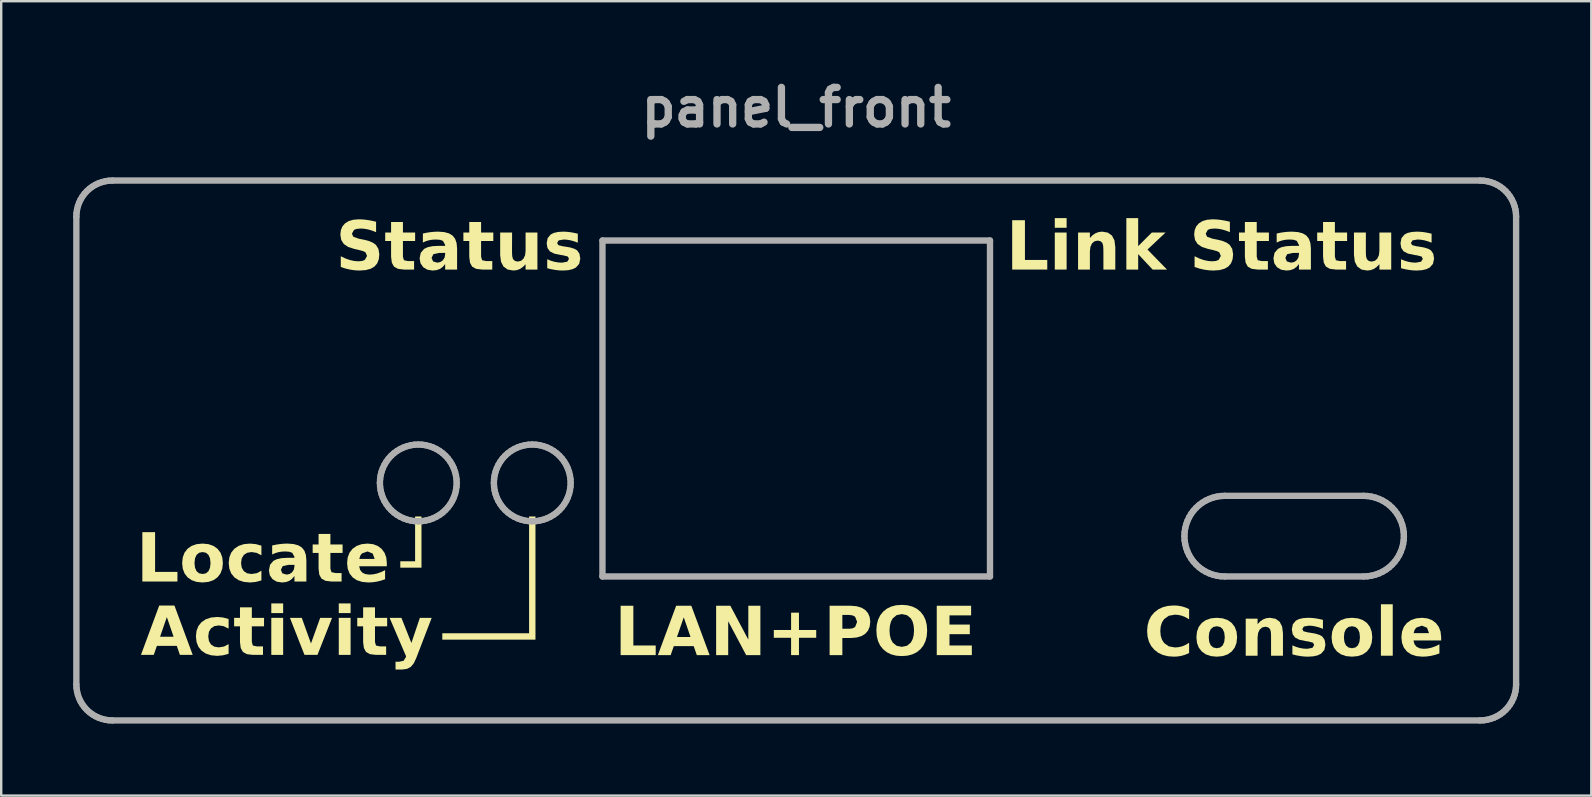
<source format=kicad_pcb>
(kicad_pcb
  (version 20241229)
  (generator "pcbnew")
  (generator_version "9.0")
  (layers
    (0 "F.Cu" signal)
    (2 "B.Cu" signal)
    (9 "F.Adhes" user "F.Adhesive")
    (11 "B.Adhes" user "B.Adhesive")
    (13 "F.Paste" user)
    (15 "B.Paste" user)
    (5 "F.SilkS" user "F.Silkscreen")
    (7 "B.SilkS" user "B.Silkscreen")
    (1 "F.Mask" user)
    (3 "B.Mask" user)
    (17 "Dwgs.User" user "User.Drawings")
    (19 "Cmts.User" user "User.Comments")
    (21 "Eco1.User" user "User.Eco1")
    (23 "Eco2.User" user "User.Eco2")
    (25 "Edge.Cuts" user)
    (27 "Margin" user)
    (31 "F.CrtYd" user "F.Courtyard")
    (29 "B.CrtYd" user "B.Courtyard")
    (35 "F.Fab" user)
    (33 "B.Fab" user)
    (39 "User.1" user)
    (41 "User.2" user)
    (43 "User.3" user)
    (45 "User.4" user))
  (footprint "panel_front"
    (layer "F.Cu")
    (at 30.132 15.724)
    (property "Reference" "panel_front" (at 0 -14.298 0) (layer "F.Fab") (effects (font (size 1.524 1.524) (thickness 0.305))))
    (attr exclude_from_pos_files exclude_from_bom)
    (fp_poly (pts (xy -21.876 6.373) (xy -21.382 6.373) (xy -21.382 6.776) (xy -21.876 6.776) (xy -21.876 6.373)) (stroke (width 0) (type solid)) (fill yes) (layer "F.SilkS"))
    (fp_poly (pts (xy -21.876 6.974) (xy -21.382 6.974) (xy -21.382 8.518) (xy -21.876 8.518) (xy -21.876 6.974)) (stroke (width 0) (type solid)) (fill yes) (layer "F.SilkS"))
    (fp_poly (pts (xy -19.064 6.373) (xy -18.571 6.373) (xy -18.571 6.776) (xy -19.064 6.776) (xy -19.064 6.373)) (stroke (width 0) (type solid)) (fill yes) (layer "F.SilkS"))
    (fp_poly (pts (xy -19.064 6.974) (xy -18.571 6.974) (xy -18.571 8.518) (xy -19.064 8.518) (xy -19.064 6.974)) (stroke (width 0) (type solid)) (fill yes) (layer "F.SilkS"))
    (fp_poly (pts (xy 10.775 -9.684) (xy 11.268 -9.684) (xy 11.268 -9.282) (xy 10.775 -9.282) (xy 10.775 -9.684)) (stroke (width 0) (type solid)) (fill yes) (layer "F.SilkS"))
    (fp_poly (pts (xy 10.775 -9.083) (xy 11.268 -9.083) (xy 11.268 -7.54) (xy 10.775 -7.54) (xy 10.775 -9.083)) (stroke (width 0) (type solid)) (fill yes) (layer "F.SilkS"))
    (fp_poly (pts (xy 24.366 6.408) (xy 24.859 6.408) (xy 24.859 8.552) (xy 24.366 8.552) (xy 24.366 6.408)) (stroke (width 0) (type solid)) (fill yes) (layer "F.SilkS"))
    (fp_poly (pts (xy -27.25 3.403) (xy -26.719 3.403) (xy -26.719 5.059) (xy -25.788 5.059) (xy -25.788 5.46) (xy -27.25 5.46) (xy -27.25 3.403)) (stroke (width 0) (type solid)) (fill yes) (layer "F.SilkS"))
    (fp_poly (pts (xy -15.883 2.75) (xy -15.883 4.617) (xy -16.5 4.617) (xy -16.5 4.883) (xy -15.617 4.883) (xy -15.617 2.75) (xy -15.883 2.75)) (stroke (width 0) (type solid)) (fill yes) (layer "F.SilkS"))
    (fp_poly (pts (xy -11.133 2.75) (xy -11.133 7.617) (xy -14.75 7.617) (xy -14.75 7.883) (xy -10.867 7.883) (xy -10.867 2.75) (xy -11.133 2.75)) (stroke (width 0) (type solid)) (fill yes) (layer "F.SilkS"))
    (fp_poly (pts (xy -7.318 6.47) (xy -6.788 6.47) (xy -6.788 8.126) (xy -5.856 8.126) (xy -5.856 8.527) (xy -7.318 8.527) (xy -7.318 6.47)) (stroke (width 0) (type solid)) (fill yes) (layer "F.SilkS"))
    (fp_poly (pts (xy 9 -9.597) (xy 9.531 -9.597) (xy 9.531 -7.941) (xy 10.462 -7.941) (xy 10.462 -7.54) (xy 9 -7.54) (xy 9 -9.597)) (stroke (width 0) (type solid)) (fill yes) (layer "F.SilkS"))
    (fp_poly (pts (xy -21.1 6.974) (xy -20.606 6.974) (xy -20.222 8.041) (xy -19.839 6.974) (xy -19.344 6.974) (xy -19.952 8.518) (xy -20.493 8.518) (xy -21.1 6.974)) (stroke (width 0) (type solid)) (fill yes) (layer "F.SilkS"))
    (fp_poly (pts (xy -3.338 6.47) (xy -2.746 6.47) (xy -1.997 7.881) (xy -1.997 6.47) (xy -1.494 6.47) (xy -1.494 8.527) (xy -2.087 8.527) (xy -2.835 7.116) (xy -2.835 8.527) (xy -3.338 8.527) (xy -3.338 6.47)) (stroke (width 0) (type solid)) (fill yes) (layer "F.SilkS"))
    (fp_poly (pts (xy 13.757 -9.684) (xy 14.25 -9.684) (xy 14.25 -8.517) (xy 14.818 -9.083) (xy 15.391 -9.083) (xy 14.638 -8.375) (xy 15.451 -7.54) (xy 14.853 -7.54) (xy 14.25 -8.184) (xy 14.25 -7.54) (xy 13.757 -7.54) (xy 13.757 -9.684)) (stroke (width 0) (type solid)) (fill yes) (layer "F.SilkS"))
    (fp_poly (pts (xy 0.114 6.758) (xy 0.114 7.48) (xy 0.833 7.48) (xy 0.833 7.805) (xy 0.114 7.805) (xy 0.114 8.527) (xy -0.214 8.527) (xy -0.214 7.805) (xy -0.934 7.805) (xy -0.934 7.48) (xy -0.214 7.48) (xy -0.214 6.758) (xy 0.114 6.758)) (stroke (width 0) (type solid)) (fill yes) (layer "F.SilkS"))
    (fp_poly (pts (xy 5.856 6.47) (xy 7.288 6.47) (xy 7.288 6.871) (xy 6.387 6.871) (xy 6.387 7.254) (xy 7.234 7.254) (xy 7.234 7.655) (xy 6.387 7.655) (xy 6.387 8.126) (xy 7.318 8.126) (xy 7.318 8.527) (xy 5.856 8.527) (xy 5.856 6.47)) (stroke (width 0) (type solid)) (fill yes) (layer "F.SilkS"))
    (fp_poly (pts (xy -25.814 8.143) (xy -26.511 7.761) (xy -25.948 7.761) (xy -26.229 6.942) (xy -26.511 7.761) (xy -25.814 8.143) (xy -26.644 8.143) (xy -26.775 8.518) (xy -27.308 8.518) (xy -26.546 6.46) (xy -25.913 6.46) (xy -25.151 8.518) (xy -25.685 8.518) (xy -25.814 8.143)) (stroke (width 0) (type solid)) (fill yes) (layer "F.SilkS"))
    (fp_poly (pts (xy -4.273 8.153) (xy -4.97 7.771) (xy -4.406 7.771) (xy -4.687 6.952) (xy -4.97 7.771) (xy -4.273 8.153) (xy -5.102 8.153) (xy -5.233 8.527) (xy -5.766 8.527) (xy -5.004 6.47) (xy -4.372 6.47) (xy -3.61 8.527) (xy -4.143 8.527) (xy -4.273 8.153)) (stroke (width 0) (type solid)) (fill yes) (layer "F.SilkS"))
    (fp_poly (pts (xy -16.946 6.974) (xy -16.453 6.974) (xy -16.038 8.021) (xy -15.685 6.974) (xy -15.192 6.974) (xy -15.841 8.664) (xy -15.947 8.882) (xy -16.07 9.023) (xy -16.221 9.101) (xy -16.413 9.127) (xy -16.698 9.127) (xy -16.698 8.803) (xy -16.544 8.803) (xy -16.362 8.763) (xy -16.273 8.62) (xy -16.259 8.577) (xy -16.946 6.974)) (stroke (width 0) (type solid)) (fill yes) (layer "F.SilkS"))
    (fp_poly (pts (xy -22.687 6.536) (xy -22.687 6.974) (xy -22.179 6.974) (xy -22.179 7.327) (xy -22.687 7.327) (xy -22.687 7.982) (xy -22.645 8.128) (xy -22.475 8.165) (xy -22.222 8.165) (xy -22.222 8.518) (xy -22.645 8.518) (xy -22.894 8.487) (xy -23.059 8.396) (xy -23.15 8.231) (xy -23.181 7.982) (xy -23.181 7.327) (xy -23.426 7.327) (xy -23.426 6.974) (xy -23.181 6.974) (xy -23.181 6.536) (xy -22.687 6.536)) (stroke (width 0) (type solid)) (fill yes) (layer "F.SilkS"))
    (fp_poly (pts (xy -19.413 3.478) (xy -19.413 3.917) (xy -18.905 3.917) (xy -18.905 4.269) (xy -19.413 4.269) (xy -19.413 4.924) (xy -19.37 5.07) (xy -19.201 5.107) (xy -18.947 5.107) (xy -18.947 5.46) (xy -19.37 5.46) (xy -19.62 5.43) (xy -19.785 5.339) (xy -19.876 5.174) (xy -19.906 4.924) (xy -19.906 4.269) (xy -20.152 4.269) (xy -20.152 3.917) (xy -19.906 3.917) (xy -19.906 3.478) (xy -19.413 3.478)) (stroke (width 0) (type solid)) (fill yes) (layer "F.SilkS"))
    (fp_poly (pts (xy -17.555 6.536) (xy -17.555 6.974) (xy -17.047 6.974) (xy -17.047 7.327) (xy -17.555 7.327) (xy -17.555 7.982) (xy -17.513 8.128) (xy -17.343 8.165) (xy -17.09 8.165) (xy -17.09 8.518) (xy -17.513 8.518) (xy -17.763 8.487) (xy -17.928 8.396) (xy -18.018 8.231) (xy -18.049 7.982) (xy -18.049 7.327) (xy -18.294 7.327) (xy -18.294 6.974) (xy -18.049 6.974) (xy -18.049 6.536) (xy -17.555 6.536)) (stroke (width 0) (type solid)) (fill yes) (layer "F.SilkS"))
    (fp_poly (pts (xy -16.39 -9.522) (xy -16.39 -9.083) (xy -15.882 -9.083) (xy -15.882 -8.731) (xy -16.39 -8.731) (xy -16.39 -8.076) (xy -16.348 -7.93) (xy -16.178 -7.893) (xy -15.925 -7.893) (xy -15.925 -7.54) (xy -16.348 -7.54) (xy -16.597 -7.57) (xy -16.762 -7.661) (xy -16.853 -7.826) (xy -16.884 -8.076) (xy -16.884 -8.731) (xy -17.129 -8.731) (xy -17.129 -9.083) (xy -16.884 -9.083) (xy -16.884 -9.522) (xy -16.39 -9.522)) (stroke (width 0) (type solid)) (fill yes) (layer "F.SilkS"))
    (fp_poly (pts (xy -13.133 -9.522) (xy -13.133 -9.083) (xy -12.624 -9.083) (xy -12.624 -8.731) (xy -13.133 -8.731) (xy -13.133 -8.076) (xy -13.09 -7.93) (xy -12.921 -7.893) (xy -12.667 -7.893) (xy -12.667 -7.54) (xy -13.09 -7.54) (xy -13.34 -7.57) (xy -13.505 -7.661) (xy -13.596 -7.826) (xy -13.626 -8.076) (xy -13.626 -8.731) (xy -13.871 -8.731) (xy -13.871 -9.083) (xy -13.626 -9.083) (xy -13.626 -9.522) (xy -13.133 -9.522)) (stroke (width 0) (type solid)) (fill yes) (layer "F.SilkS"))
    (fp_poly (pts (xy 19.191 -9.522) (xy 19.191 -9.083) (xy 19.699 -9.083) (xy 19.699 -8.731) (xy 19.191 -8.731) (xy 19.191 -8.076) (xy 19.233 -7.93) (xy 19.403 -7.893) (xy 19.656 -7.893) (xy 19.656 -7.54) (xy 19.233 -7.54) (xy 18.984 -7.57) (xy 18.819 -7.661) (xy 18.728 -7.826) (xy 18.697 -8.076) (xy 18.697 -8.731) (xy 18.452 -8.731) (xy 18.452 -9.083) (xy 18.697 -9.083) (xy 18.697 -9.522) (xy 19.191 -9.522)) (stroke (width 0) (type solid)) (fill yes) (layer "F.SilkS"))
    (fp_poly (pts (xy 22.448 -9.522) (xy 22.448 -9.083) (xy 22.957 -9.083) (xy 22.957 -8.731) (xy 22.448 -8.731) (xy 22.448 -8.076) (xy 22.491 -7.93) (xy 22.66 -7.893) (xy 22.914 -7.893) (xy 22.914 -7.54) (xy 22.491 -7.54) (xy 22.241 -7.57) (xy 22.076 -7.661) (xy 21.985 -7.826) (xy 21.955 -8.076) (xy 21.955 -8.731) (xy 21.71 -8.731) (xy 21.71 -9.083) (xy 21.955 -9.083) (xy 21.955 -9.522) (xy 22.448 -9.522)) (stroke (width 0) (type solid)) (fill yes) (layer "F.SilkS"))
    (fp_poly (pts (xy 13.297 -8.48) (xy 13.297 -7.54) (xy 12.801 -7.54) (xy 12.801 -7.693) (xy 12.801 -8.259) (xy 12.798 -8.428) (xy 12.791 -8.535) (xy 12.76 -8.647) (xy 12.682 -8.721) (xy 12.569 -8.748) (xy 12.431 -8.719) (xy 12.326 -8.629) (xy 12.26 -8.487) (xy 12.238 -8.299) (xy 12.238 -7.54) (xy 11.745 -7.54) (xy 11.745 -9.083) (xy 12.238 -9.083) (xy 12.238 -8.857) (xy 12.353 -8.974) (xy 12.475 -9.056) (xy 12.607 -9.104) (xy 12.752 -9.121) (xy 12.987 -9.08) (xy 13.157 -8.957) (xy 13.262 -8.755) (xy 13.296 -8.48) (xy 13.297 -8.48)) (stroke (width 0) (type solid)) (fill yes) (layer "F.SilkS"))
    (fp_poly (pts (xy 20.284 7.612) (xy 20.284 8.552) (xy 19.788 8.552) (xy 19.788 8.399) (xy 19.788 7.833) (xy 19.786 7.664) (xy 19.778 7.557) (xy 19.748 7.446) (xy 19.669 7.371) (xy 19.556 7.344) (xy 19.419 7.374) (xy 19.314 7.463) (xy 19.248 7.605) (xy 19.226 7.793) (xy 19.226 8.552) (xy 18.732 8.552) (xy 18.732 7.009) (xy 19.226 7.009) (xy 19.226 7.235) (xy 19.341 7.118) (xy 19.463 7.036) (xy 19.595 6.988) (xy 19.74 6.972) (xy 19.975 7.013) (xy 20.145 7.136) (xy 20.249 7.337) (xy 20.284 7.612) (xy 20.284 7.612)) (stroke (width 0) (type solid)) (fill yes) (layer "F.SilkS"))
    (fp_poly (pts (xy -12.338 -8.141) (xy -12.338 -9.083) (xy -11.842 -9.083) (xy -11.842 -8.929) (xy -11.842 -8.787) (xy -11.843 -8.613) (xy -11.844 -8.361) (xy -11.842 -8.201) (xy -11.835 -8.093) (xy -11.802 -7.974) (xy -11.723 -7.9) (xy -11.61 -7.873) (xy -11.472 -7.903) (xy -11.368 -7.992) (xy -11.301 -8.134) (xy -11.279 -8.321) (xy -11.279 -9.083) (xy -10.786 -9.083) (xy -10.786 -7.54) (xy -11.279 -7.54) (xy -11.279 -7.763) (xy -11.394 -7.646) (xy -11.516 -7.563) (xy -11.647 -7.516) (xy -11.791 -7.5) (xy -12.026 -7.541) (xy -12.198 -7.664) (xy -12.303 -7.865) (xy -12.338 -8.141)) (stroke (width 0) (type solid)) (fill yes) (layer "F.SilkS"))
    (fp_poly (pts (xy 1.391 6.47) (xy 1.922 6.854) (xy 1.922 7.429) (xy 2.215 7.429) (xy 2.352 7.41) (xy 2.454 7.355) (xy 2.538 7.141) (xy 2.454 6.929) (xy 2.352 6.873) (xy 2.215 6.854) (xy 1.922 6.854) (xy 1.391 6.47) (xy 2.272 6.47) (xy 2.513 6.489) (xy 2.714 6.548) (xy 2.874 6.645) (xy 2.991 6.777) (xy 3.061 6.943) (xy 3.085 7.141) (xy 3.061 7.34) (xy 2.991 7.507) (xy 2.874 7.64) (xy 2.714 7.736) (xy 2.513 7.794) (xy 2.272 7.814) (xy 1.922 7.814) (xy 1.922 8.527) (xy 1.391 8.527) (xy 1.391 6.47)) (stroke (width 0) (type solid)) (fill yes) (layer "F.SilkS"))
    (fp_poly (pts (xy 23.243 -8.141) (xy 23.243 -9.083) (xy 23.739 -9.083) (xy 23.739 -8.929) (xy 23.739 -8.787) (xy 23.738 -8.613) (xy 23.738 -8.361) (xy 23.74 -8.201) (xy 23.747 -8.093) (xy 23.781 -7.974) (xy 23.859 -7.9) (xy 23.972 -7.873) (xy 24.11 -7.903) (xy 24.215 -7.992) (xy 24.281 -8.134) (xy 24.303 -8.321) (xy 24.303 -9.083) (xy 24.796 -9.083) (xy 24.796 -7.54) (xy 24.303 -7.54) (xy 24.303 -7.763) (xy 24.188 -7.646) (xy 24.066 -7.563) (xy 23.935 -7.516) (xy 23.792 -7.5) (xy 23.556 -7.541) (xy 23.384 -7.664) (xy 23.279 -7.865) (xy 23.244 -8.141) (xy 23.243 -8.141)) (stroke (width 0) (type solid)) (fill yes) (layer "F.SilkS"))
    (fp_poly (pts (xy -23.655 7.022) (xy -23.655 7.425) (xy -23.857 7.323) (xy -24.067 7.29) (xy -24.251 7.32) (xy -24.389 7.411) (xy -24.475 7.555) (xy -24.504 7.747) (xy -24.475 7.94) (xy -24.389 8.085) (xy -24.251 8.175) (xy -24.067 8.205) (xy -23.848 8.17) (xy -23.655 8.068) (xy -23.655 8.472) (xy -23.89 8.535) (xy -24.129 8.558) (xy -24.387 8.534) (xy -24.605 8.463) (xy -24.782 8.344) (xy -24.913 8.182) (xy -24.991 7.983) (xy -25.018 7.747) (xy -24.991 7.511) (xy -24.913 7.313) (xy -24.782 7.152) (xy -24.605 7.033) (xy -24.387 6.961) (xy -24.129 6.937) (xy -23.89 6.959) (xy -23.655 7.022) (xy -23.655 7.022)) (stroke (width 0) (type solid)) (fill yes) (layer "F.SilkS"))
    (fp_poly (pts (xy -22.288 3.965) (xy -22.288 4.367) (xy -22.49 4.265) (xy -22.7 4.232) (xy -22.884 4.263) (xy -23.022 4.353) (xy -23.108 4.497) (xy -23.137 4.69) (xy -23.108 4.882) (xy -23.022 5.027) (xy -22.884 5.117) (xy -22.7 5.147) (xy -22.481 5.113) (xy -22.288 5.011) (xy -22.288 5.415) (xy -22.523 5.478) (xy -22.762 5.5) (xy -23.02 5.476) (xy -23.238 5.405) (xy -23.415 5.286) (xy -23.546 5.125) (xy -23.624 4.926) (xy -23.651 4.69) (xy -23.624 4.454) (xy -23.546 4.255) (xy -23.415 4.094) (xy -23.238 3.975) (xy -23.02 3.903) (xy -22.762 3.879) (xy -22.523 3.901) (xy -22.288 3.965) (xy -22.288 3.965)) (stroke (width 0) (type solid)) (fill yes) (layer "F.SilkS"))
    (fp_poly (pts (xy -17.061 4.684) (xy -17.568 4.52) (xy -17.651 4.294) (xy -17.864 4.207) (xy -18.097 4.289) (xy -18.17 4.387) (xy -18.209 4.52) (xy -17.568 4.52) (xy -17.061 4.684) (xy -17.061 4.825) (xy -18.214 4.825) (xy -18.174 4.977) (xy -18.089 5.085) (xy -17.96 5.15) (xy -17.788 5.172) (xy -17.631 5.161) (xy -17.47 5.127) (xy -17.304 5.068) (xy -17.134 4.986) (xy -17.134 5.366) (xy -17.309 5.424) (xy -17.484 5.466) (xy -17.659 5.491) (xy -17.834 5.5) (xy -18.092 5.476) (xy -18.31 5.406) (xy -18.486 5.288) (xy -18.614 5.126) (xy -18.691 4.927) (xy -18.717 4.69) (xy -18.692 4.456) (xy -18.616 4.258) (xy -18.49 4.096) (xy -18.318 3.976) (xy -18.109 3.903) (xy -17.861 3.879) (xy -17.635 3.904) (xy -17.441 3.977) (xy -17.28 4.099) (xy -17.158 4.261) (xy -17.085 4.456) (xy -17.061 4.684)) (stroke (width 0) (type solid)) (fill yes) (layer "F.SilkS"))
    (fp_poly (pts (xy 26.877 7.776) (xy 26.37 7.612) (xy 26.287 7.386) (xy 26.073 7.299) (xy 25.84 7.381) (xy 25.768 7.479) (xy 25.729 7.612) (xy 26.37 7.612) (xy 26.877 7.776) (xy 26.877 7.917) (xy 25.723 7.917) (xy 25.764 8.069) (xy 25.849 8.177) (xy 25.978 8.242) (xy 26.149 8.264) (xy 26.307 8.253) (xy 26.467 8.219) (xy 26.634 8.16) (xy 26.804 8.078) (xy 26.804 8.458) (xy 26.629 8.516) (xy 26.454 8.558) (xy 26.279 8.583) (xy 26.104 8.592) (xy 25.845 8.569) (xy 25.628 8.498) (xy 25.452 8.38) (xy 25.323 8.218) (xy 25.246 8.019) (xy 25.22 7.782) (xy 25.246 7.548) (xy 25.321 7.35) (xy 25.448 7.188) (xy 25.619 7.068) (xy 25.829 6.996) (xy 26.076 6.972) (xy 26.302 6.996) (xy 26.496 7.069) (xy 26.658 7.191) (xy 26.779 7.353) (xy 26.852 7.548) (xy 26.877 7.776)) (stroke (width 0) (type solid)) (fill yes) (layer "F.SilkS"))
    (fp_poly (pts (xy -24.741 3.879) (xy -24.741 4.232) (xy -24.885 4.262) (xy -24.991 4.351) (xy -25.055 4.494) (xy -25.077 4.69) (xy -25.055 4.886) (xy -24.991 5.03) (xy -24.885 5.118) (xy -24.741 5.147) (xy -24.598 5.118) (xy -24.494 5.03) (xy -24.43 4.886) (xy -24.408 4.69) (xy -24.43 4.494) (xy -24.494 4.351) (xy -24.598 4.262) (xy -24.741 4.232) (xy -24.741 3.879) (xy -24.495 3.903) (xy -24.287 3.975) (xy -24.119 4.094) (xy -23.994 4.256) (xy -23.919 4.455) (xy -23.894 4.69) (xy -23.919 4.925) (xy -23.994 5.123) (xy -24.119 5.285) (xy -24.287 5.404) (xy -24.495 5.476) (xy -24.741 5.5) (xy -24.988 5.476) (xy -25.196 5.404) (xy -25.366 5.285) (xy -25.491 5.123) (xy -25.566 4.925) (xy -25.591 4.69) (xy -25.566 4.455) (xy -25.491 4.256) (xy -25.366 4.094) (xy -25.196 3.975) (xy -24.988 3.903) (xy -24.741 3.879)) (stroke (width 0) (type solid)) (fill yes) (layer "F.SilkS"))
    (fp_poly (pts (xy 17.527 6.972) (xy 17.527 7.324) (xy 17.382 7.354) (xy 17.276 7.443) (xy 17.212 7.586) (xy 17.191 7.782) (xy 17.212 7.978) (xy 17.276 8.122) (xy 17.382 8.21) (xy 17.527 8.239) (xy 17.669 8.21) (xy 17.773 8.122) (xy 17.837 7.978) (xy 17.859 7.782) (xy 17.837 7.586) (xy 17.773 7.443) (xy 17.669 7.354) (xy 17.527 7.324) (xy 17.527 6.972) (xy 17.773 6.995) (xy 17.98 7.067) (xy 18.148 7.186) (xy 18.273 7.348) (xy 18.348 7.547) (xy 18.373 7.782) (xy 18.348 8.017) (xy 18.273 8.215) (xy 18.148 8.377) (xy 17.98 8.497) (xy 17.773 8.568) (xy 17.527 8.592) (xy 17.28 8.568) (xy 17.071 8.497) (xy 16.901 8.377) (xy 16.776 8.215) (xy 16.701 8.017) (xy 16.677 7.782) (xy 16.701 7.547) (xy 16.776 7.348) (xy 16.901 7.186) (xy 17.071 7.067) (xy 17.28 6.995) (xy 17.527 6.972)) (stroke (width 0) (type solid)) (fill yes) (layer "F.SilkS"))
    (fp_poly (pts (xy 23.16 6.972) (xy 23.16 7.324) (xy 23.015 7.354) (xy 22.909 7.443) (xy 22.845 7.586) (xy 22.824 7.782) (xy 22.845 7.978) (xy 22.909 8.122) (xy 23.015 8.21) (xy 23.16 8.239) (xy 23.302 8.21) (xy 23.407 8.122) (xy 23.471 7.978) (xy 23.492 7.782) (xy 23.471 7.586) (xy 23.407 7.443) (xy 23.302 7.354) (xy 23.16 7.324) (xy 23.16 6.972) (xy 23.406 6.995) (xy 23.613 7.067) (xy 23.782 7.186) (xy 23.906 7.348) (xy 23.981 7.547) (xy 24.006 7.782) (xy 23.981 8.017) (xy 23.906 8.215) (xy 23.782 8.377) (xy 23.613 8.497) (xy 23.406 8.568) (xy 23.16 8.592) (xy 22.913 8.568) (xy 22.705 8.497) (xy 22.535 8.377) (xy 22.41 8.215) (xy 22.335 8.017) (xy 22.31 7.782) (xy 22.335 7.547) (xy 22.41 7.348) (xy 22.535 7.186) (xy 22.705 7.067) (xy 22.913 6.995) (xy 23.16 6.972)) (stroke (width 0) (type solid)) (fill yes) (layer "F.SilkS"))
    (fp_poly (pts (xy 16.373 8.439) (xy 16.224 8.506) (xy 16.069 8.554) (xy 15.907 8.582) (xy 15.738 8.592) (xy 15.494 8.574) (xy 15.277 8.52) (xy 15.087 8.431) (xy 14.924 8.305) (xy 14.792 8.149) (xy 14.698 7.966) (xy 14.642 7.759) (xy 14.623 7.525) (xy 14.642 7.292) (xy 14.698 7.084) (xy 14.792 6.902) (xy 14.924 6.746) (xy 15.087 6.62) (xy 15.277 6.53) (xy 15.494 6.476) (xy 15.738 6.458) (xy 15.907 6.467) (xy 16.069 6.496) (xy 16.224 6.544) (xy 16.373 6.61) (xy 16.373 7.036) (xy 16.227 6.949) (xy 16.083 6.889) (xy 15.935 6.854) (xy 15.781 6.842) (xy 15.527 6.887) (xy 15.334 7.024) (xy 15.244 7.16) (xy 15.19 7.328) (xy 15.172 7.525) (xy 15.19 7.723) (xy 15.244 7.889) (xy 15.334 8.026) (xy 15.527 8.162) (xy 15.781 8.208) (xy 15.935 8.196) (xy 16.083 8.161) (xy 16.227 8.1) (xy 16.373 8.013) (xy 16.373 8.439)) (stroke (width 0) (type solid)) (fill yes) (layer "F.SilkS"))
    (fp_poly (pts (xy -9.103 -9.035) (xy -9.103 -8.66) (xy -9.259 -8.718) (xy -9.409 -8.76) (xy -9.553 -8.784) (xy -9.688 -8.793) (xy -9.897 -8.757) (xy -9.965 -8.649) (xy -9.914 -8.558) (xy -9.728 -8.511) (xy -9.641 -8.499) (xy -9.416 -8.46) (xy -9.246 -8.407) (xy -9.131 -8.341) (xy -9.033 -8.199) (xy -9 -7.995) (xy -9.045 -7.779) (xy -9.182 -7.624) (xy -9.323 -7.555) (xy -9.504 -7.514) (xy -9.725 -7.5) (xy -9.881 -7.506) (xy -10.042 -7.525) (xy -10.207 -7.554) (xy -10.377 -7.596) (xy -10.377 -7.971) (xy -10.227 -7.909) (xy -10.075 -7.864) (xy -9.918 -7.837) (xy -9.759 -7.828) (xy -9.542 -7.868) (xy -9.469 -7.986) (xy -9.52 -8.084) (xy -9.719 -8.135) (xy -9.806 -8.146) (xy -10.086 -8.205) (xy -10.268 -8.299) (xy -10.367 -8.44) (xy -10.4 -8.638) (xy -10.358 -8.852) (xy -10.232 -9.002) (xy -10.1 -9.068) (xy -9.928 -9.107) (xy -9.717 -9.121) (xy -9.577 -9.115) (xy -9.43 -9.1) (xy -9.273 -9.073) (xy -9.103 -9.035) (xy -9.103 -9.035)) (stroke (width 0) (type solid)) (fill yes) (layer "F.SilkS"))
    (fp_poly (pts (xy 21.95 7.057) (xy 21.95 7.432) (xy 21.795 7.374) (xy 21.644 7.333) (xy 21.501 7.308) (xy 21.366 7.299) (xy 21.157 7.335) (xy 21.089 7.443) (xy 21.14 7.534) (xy 21.326 7.581) (xy 21.413 7.593) (xy 21.638 7.632) (xy 21.808 7.685) (xy 21.923 7.751) (xy 22.021 7.893) (xy 22.054 8.097) (xy 22.008 8.313) (xy 21.872 8.468) (xy 21.731 8.537) (xy 21.55 8.578) (xy 21.329 8.592) (xy 21.173 8.586) (xy 21.012 8.567) (xy 20.847 8.538) (xy 20.677 8.496) (xy 20.677 8.121) (xy 20.826 8.183) (xy 20.979 8.228) (xy 21.136 8.255) (xy 21.294 8.264) (xy 21.512 8.224) (xy 21.585 8.106) (xy 21.534 8.008) (xy 21.334 7.957) (xy 21.247 7.946) (xy 20.967 7.887) (xy 20.786 7.793) (xy 20.687 7.652) (xy 20.654 7.454) (xy 20.696 7.24) (xy 20.822 7.09) (xy 20.954 7.024) (xy 21.125 6.985) (xy 21.337 6.972) (xy 21.477 6.977) (xy 21.624 6.992) (xy 21.78 7.019) (xy 21.95 7.057) (xy 21.95 7.057)) (stroke (width 0) (type solid)) (fill yes) (layer "F.SilkS"))
    (fp_poly (pts (xy 26.478 -9.035) (xy 26.478 -8.66) (xy 26.322 -8.718) (xy 26.172 -8.76) (xy 26.028 -8.784) (xy 25.893 -8.793) (xy 25.684 -8.757) (xy 25.616 -8.649) (xy 25.667 -8.558) (xy 25.853 -8.511) (xy 25.94 -8.499) (xy 26.165 -8.46) (xy 26.335 -8.407) (xy 26.45 -8.341) (xy 26.548 -8.199) (xy 26.581 -7.995) (xy 26.536 -7.779) (xy 26.399 -7.624) (xy 26.258 -7.555) (xy 26.077 -7.514) (xy 25.856 -7.5) (xy 25.7 -7.506) (xy 25.539 -7.525) (xy 25.374 -7.554) (xy 25.204 -7.596) (xy 25.204 -7.971) (xy 25.354 -7.909) (xy 25.506 -7.864) (xy 25.663 -7.837) (xy 25.822 -7.828) (xy 26.039 -7.868) (xy 26.112 -7.986) (xy 26.061 -8.084) (xy 25.862 -8.135) (xy 25.775 -8.146) (xy 25.495 -8.205) (xy 25.313 -8.299) (xy 25.214 -8.44) (xy 25.181 -8.638) (xy 25.223 -8.852) (xy 25.349 -9.002) (xy 25.481 -9.068) (xy 25.653 -9.107) (xy 25.864 -9.121) (xy 26.004 -9.115) (xy 26.151 -9.1) (xy 26.308 -9.073) (xy 26.478 -9.035) (xy 26.478 -9.035)) (stroke (width 0) (type solid)) (fill yes) (layer "F.SilkS"))
    (fp_poly (pts (xy -20.414 4.579) (xy -21.167 4.766) (xy -21.4 4.818) (xy -21.477 4.972) (xy -21.415 5.12) (xy -21.24 5.172) (xy -21.112 5.147) (xy -21.006 5.073) (xy -20.935 4.96) (xy -20.911 4.822) (xy -20.911 4.765) (xy -21.167 4.766) (xy -20.414 4.579) (xy -20.414 5.46) (xy -20.911 5.46) (xy -20.911 5.231) (xy -21.016 5.353) (xy -21.134 5.437) (xy -21.272 5.484) (xy -21.436 5.5) (xy -21.653 5.465) (xy -21.826 5.361) (xy -21.938 5.2) (xy -21.975 4.997) (xy -21.928 4.762) (xy -21.789 4.599) (xy -21.64 4.528) (xy -21.445 4.486) (xy -21.202 4.472) (xy -20.911 4.472) (xy -20.911 4.433) (xy -21.003 4.263) (xy -21.122 4.221) (xy -21.291 4.207) (xy -21.444 4.215) (xy -21.586 4.239) (xy -21.718 4.279) (xy -21.84 4.334) (xy -21.84 3.958) (xy -21.681 3.924) (xy -21.521 3.9) (xy -21.362 3.885) (xy -21.202 3.879) (xy -20.949 3.898) (xy -20.749 3.953) (xy -20.6 4.045) (xy -20.496 4.177) (xy -20.434 4.355) (xy -20.414 4.579) (xy -20.414 4.579)) (stroke (width 0) (type solid)) (fill yes) (layer "F.SilkS"))
    (fp_poly (pts (xy -14.133 -8.421) (xy -14.887 -8.234) (xy -15.12 -8.182) (xy -15.197 -8.028) (xy -15.135 -7.88) (xy -14.96 -7.828) (xy -14.832 -7.853) (xy -14.726 -7.927) (xy -14.654 -8.04) (xy -14.631 -8.178) (xy -14.631 -8.235) (xy -14.887 -8.234) (xy -14.133 -8.421) (xy -14.133 -7.54) (xy -14.631 -7.54) (xy -14.631 -7.769) (xy -14.736 -7.647) (xy -14.854 -7.563) (xy -14.991 -7.516) (xy -15.156 -7.5) (xy -15.373 -7.535) (xy -15.546 -7.639) (xy -15.657 -7.8) (xy -15.695 -8.003) (xy -15.648 -8.238) (xy -15.508 -8.401) (xy -15.36 -8.472) (xy -15.164 -8.514) (xy -14.921 -8.528) (xy -14.631 -8.528) (xy -14.631 -8.567) (xy -14.723 -8.737) (xy -14.841 -8.779) (xy -15.011 -8.793) (xy -15.164 -8.785) (xy -15.306 -8.761) (xy -15.438 -8.721) (xy -15.559 -8.666) (xy -15.559 -9.042) (xy -15.401 -9.076) (xy -15.241 -9.1) (xy -15.081 -9.115) (xy -14.921 -9.121) (xy -14.669 -9.102) (xy -14.468 -9.047) (xy -14.319 -8.955) (xy -14.216 -8.823) (xy -14.154 -8.645) (xy -14.133 -8.421) (xy -14.133 -8.421)) (stroke (width 0) (type solid)) (fill yes) (layer "F.SilkS"))
    (fp_poly (pts (xy 21.448 -8.421) (xy 20.694 -8.234) (xy 20.461 -8.182) (xy 20.384 -8.028) (xy 20.446 -7.88) (xy 20.621 -7.828) (xy 20.749 -7.853) (xy 20.855 -7.927) (xy 20.927 -8.04) (xy 20.95 -8.178) (xy 20.95 -8.235) (xy 20.694 -8.234) (xy 21.448 -8.421) (xy 21.448 -7.54) (xy 20.95 -7.54) (xy 20.95 -7.769) (xy 20.845 -7.647) (xy 20.727 -7.563) (xy 20.59 -7.516) (xy 20.425 -7.5) (xy 20.208 -7.535) (xy 20.035 -7.639) (xy 19.924 -7.8) (xy 19.887 -8.003) (xy 19.933 -8.238) (xy 20.073 -8.401) (xy 20.221 -8.472) (xy 20.417 -8.514) (xy 20.66 -8.528) (xy 20.95 -8.528) (xy 20.95 -8.567) (xy 20.858 -8.737) (xy 20.74 -8.779) (xy 20.57 -8.793) (xy 20.417 -8.785) (xy 20.275 -8.761) (xy 20.144 -8.721) (xy 20.022 -8.666) (xy 20.022 -9.042) (xy 20.18 -9.076) (xy 20.34 -9.1) (xy 20.5 -9.115) (xy 20.66 -9.121) (xy 20.912 -9.102) (xy 21.113 -9.047) (xy 21.262 -8.955) (xy 21.365 -8.823) (xy 21.427 -8.645) (xy 21.448 -8.421) (xy 21.448 -8.421)) (stroke (width 0) (type solid)) (fill yes) (layer "F.SilkS"))
    (fp_poly (pts (xy -17.509 -9.533) (xy -17.509 -9.097) (xy -17.677 -9.164) (xy -17.84 -9.212) (xy -17.997 -9.24) (xy -18.145 -9.25) (xy -18.31 -9.237) (xy -18.426 -9.198) (xy -18.517 -9.035) (xy -18.456 -8.906) (xy -18.233 -8.827) (xy -18.007 -8.782) (xy -17.8 -8.728) (xy -17.638 -8.658) (xy -17.519 -8.572) (xy -17.411 -8.402) (xy -17.374 -8.172) (xy -17.397 -7.965) (xy -17.464 -7.796) (xy -17.577 -7.665) (xy -17.735 -7.573) (xy -17.94 -7.518) (xy -18.193 -7.5) (xy -18.389 -7.509) (xy -18.586 -7.537) (xy -18.783 -7.583) (xy -18.98 -7.647) (xy -18.98 -8.095) (xy -18.786 -8.003) (xy -18.599 -7.937) (xy -18.418 -7.898) (xy -18.244 -7.884) (xy -18.091 -7.899) (xy -17.978 -7.942) (xy -17.886 -8.108) (xy -17.949 -8.257) (xy -18.042 -8.306) (xy -18.198 -8.35) (xy -18.404 -8.396) (xy -18.671 -8.482) (xy -18.856 -8.607) (xy -18.962 -8.776) (xy -18.998 -8.997) (xy -18.976 -9.186) (xy -18.909 -9.343) (xy -18.799 -9.469) (xy -18.648 -9.561) (xy -18.457 -9.616) (xy -18.229 -9.635) (xy -18.057 -9.628) (xy -17.88 -9.608) (xy -17.698 -9.577) (xy -17.509 -9.533) (xy -17.509 -9.533)) (stroke (width 0) (type solid)) (fill yes) (layer "F.SilkS"))
    (fp_poly (pts (xy 18.072 -9.533) (xy 18.072 -9.097) (xy 17.904 -9.164) (xy 17.741 -9.212) (xy 17.584 -9.24) (xy 17.436 -9.25) (xy 17.271 -9.237) (xy 17.155 -9.198) (xy 17.064 -9.035) (xy 17.125 -8.906) (xy 17.348 -8.827) (xy 17.574 -8.782) (xy 17.781 -8.728) (xy 17.943 -8.658) (xy 18.062 -8.572) (xy 18.17 -8.402) (xy 18.207 -8.172) (xy 18.184 -7.965) (xy 18.117 -7.796) (xy 18.004 -7.665) (xy 17.846 -7.573) (xy 17.641 -7.518) (xy 17.388 -7.5) (xy 17.192 -7.509) (xy 16.995 -7.537) (xy 16.798 -7.583) (xy 16.601 -7.647) (xy 16.601 -8.095) (xy 16.795 -8.003) (xy 16.982 -7.937) (xy 17.163 -7.898) (xy 17.337 -7.884) (xy 17.49 -7.899) (xy 17.603 -7.942) (xy 17.695 -8.108) (xy 17.632 -8.257) (xy 17.539 -8.306) (xy 17.383 -8.35) (xy 17.177 -8.396) (xy 16.91 -8.482) (xy 16.725 -8.607) (xy 16.619 -8.776) (xy 16.583 -8.997) (xy 16.605 -9.186) (xy 16.671 -9.343) (xy 16.782 -9.469) (xy 16.933 -9.561) (xy 17.123 -9.616) (xy 17.352 -9.635) (xy 17.524 -9.628) (xy 17.701 -9.608) (xy 17.883 -9.577) (xy 18.072 -9.533) (xy 18.072 -9.533)) (stroke (width 0) (type solid)) (fill yes) (layer "F.SilkS"))
    (fp_poly (pts (xy 4.398 6.433) (xy 4.398 6.817) (xy 4.183 6.862) (xy 4.022 6.996) (xy 3.948 7.132) (xy 3.903 7.3) (xy 3.888 7.501) (xy 3.903 7.701) (xy 3.948 7.868) (xy 4.022 8.004) (xy 4.183 8.138) (xy 4.398 8.183) (xy 4.614 8.138) (xy 4.776 8.004) (xy 4.85 7.868) (xy 4.894 7.701) (xy 4.909 7.501) (xy 4.894 7.3) (xy 4.85 7.132) (xy 4.776 6.996) (xy 4.614 6.862) (xy 4.398 6.817) (xy 4.398 6.433) (xy 4.633 6.45) (xy 4.84 6.504) (xy 5.021 6.592) (xy 5.175 6.717) (xy 5.298 6.872) (xy 5.386 7.055) (xy 5.439 7.264) (xy 5.456 7.501) (xy 5.439 7.737) (xy 5.386 7.946) (xy 5.298 8.128) (xy 5.175 8.283) (xy 5.021 8.408) (xy 4.84 8.496) (xy 4.633 8.55) (xy 4.398 8.567) (xy 4.164 8.55) (xy 3.956 8.496) (xy 3.775 8.408) (xy 3.621 8.283) (xy 3.498 8.128) (xy 3.41 7.946) (xy 3.357 7.737) (xy 3.34 7.501) (xy 3.357 7.264) (xy 3.41 7.055) (xy 3.498 6.872) (xy 3.621 6.717) (xy 3.775 6.592) (xy 3.956 6.504) (xy 4.164 6.45) (xy 4.398 6.433)) (stroke (width 0) (type solid)) (fill yes) (layer "F.SilkS"))
    (fp_line (start -30 -9.75) (end -29.993 -9.897) (stroke (width 0.265) (type solid)) (layer "F.Fab"))
    (fp_line (start -30 9.75) (end -30 -9.75) (stroke (width 0.265) (type solid)) (layer "F.Fab"))
    (fp_line (start -29.993 -9.897) (end -29.971 -10.043) (stroke (width 0.265) (type solid)) (layer "F.Fab"))
    (fp_line (start -29.993 9.897) (end -30 9.75) (stroke (width 0.265) (type solid)) (layer "F.Fab"))
    (fp_line (start -29.971 -10.043) (end -29.935 -10.185) (stroke (width 0.265) (type solid)) (layer "F.Fab"))
    (fp_line (start -29.971 10.043) (end -29.993 9.897) (stroke (width 0.265) (type solid)) (layer "F.Fab"))
    (fp_line (start -29.935 -10.185) (end -29.886 -10.324) (stroke (width 0.265) (type solid)) (layer "F.Fab"))
    (fp_line (start -29.935 10.185) (end -29.971 10.043) (stroke (width 0.265) (type solid)) (layer "F.Fab"))
    (fp_line (start -29.886 -10.324) (end -29.823 -10.457) (stroke (width 0.265) (type solid)) (layer "F.Fab"))
    (fp_line (start -29.886 10.324) (end -29.935 10.185) (stroke (width 0.265) (type solid)) (layer "F.Fab"))
    (fp_line (start -29.823 -10.457) (end -29.747 -10.583) (stroke (width 0.265) (type solid)) (layer "F.Fab"))
    (fp_line (start -29.823 10.457) (end -29.886 10.324) (stroke (width 0.265) (type solid)) (layer "F.Fab"))
    (fp_line (start -29.747 -10.583) (end -29.66 -10.702) (stroke (width 0.265) (type solid)) (layer "F.Fab"))
    (fp_line (start -29.747 10.583) (end -29.823 10.457) (stroke (width 0.265) (type solid)) (layer "F.Fab"))
    (fp_line (start -29.66 -10.702) (end -29.561 -10.811) (stroke (width 0.265) (type solid)) (layer "F.Fab"))
    (fp_line (start -29.66 10.702) (end -29.747 10.583) (stroke (width 0.265) (type solid)) (layer "F.Fab"))
    (fp_line (start -29.561 -10.811) (end -29.452 -10.91) (stroke (width 0.265) (type solid)) (layer "F.Fab"))
    (fp_line (start -29.561 10.811) (end -29.66 10.702) (stroke (width 0.265) (type solid)) (layer "F.Fab"))
    (fp_line (start -29.452 -10.91) (end -29.333 -10.997) (stroke (width 0.265) (type solid)) (layer "F.Fab"))
    (fp_line (start -29.452 10.91) (end -29.561 10.811) (stroke (width 0.265) (type solid)) (layer "F.Fab"))
    (fp_line (start -29.333 -10.997) (end -29.207 -11.073) (stroke (width 0.265) (type solid)) (layer "F.Fab"))
    (fp_line (start -29.333 10.997) (end -29.452 10.91) (stroke (width 0.265) (type solid)) (layer "F.Fab"))
    (fp_line (start -29.207 -11.073) (end -29.074 -11.136) (stroke (width 0.265) (type solid)) (layer "F.Fab"))
    (fp_line (start -29.207 11.073) (end -29.333 10.997) (stroke (width 0.265) (type solid)) (layer "F.Fab"))
    (fp_line (start -29.074 -11.136) (end -28.935 -11.185) (stroke (width 0.265) (type solid)) (layer "F.Fab"))
    (fp_line (start -29.074 11.136) (end -29.207 11.073) (stroke (width 0.265) (type solid)) (layer "F.Fab"))
    (fp_line (start -28.935 -11.185) (end -28.793 -11.221) (stroke (width 0.265) (type solid)) (layer "F.Fab"))
    (fp_line (start -28.935 11.185) (end -29.074 11.136) (stroke (width 0.265) (type solid)) (layer "F.Fab"))
    (fp_line (start -28.793 -11.221) (end -28.647 -11.243) (stroke (width 0.265) (type solid)) (layer "F.Fab"))
    (fp_line (start -28.793 11.221) (end -28.935 11.185) (stroke (width 0.265) (type solid)) (layer "F.Fab"))
    (fp_line (start -28.647 -11.243) (end -28.5 -11.25) (stroke (width 0.265) (type solid)) (layer "F.Fab"))
    (fp_line (start -28.647 11.243) (end -28.793 11.221) (stroke (width 0.265) (type solid)) (layer "F.Fab"))
    (fp_line (start -28.5 -11.25) (end 28.5 -11.25) (stroke (width 0.265) (type solid)) (layer "F.Fab"))
    (fp_line (start -28.5 11.25) (end -28.647 11.243) (stroke (width 0.265) (type solid)) (layer "F.Fab"))
    (fp_line (start -17.35 1.35) (end -17.342 1.507) (stroke (width 0.265) (type solid)) (layer "F.Fab"))
    (fp_line (start -17.342 1.193) (end -17.35 1.35) (stroke (width 0.265) (type solid)) (layer "F.Fab"))
    (fp_line (start -17.342 1.507) (end -17.319 1.662) (stroke (width 0.265) (type solid)) (layer "F.Fab"))
    (fp_line (start -17.319 1.038) (end -17.342 1.193) (stroke (width 0.265) (type solid)) (layer "F.Fab"))
    (fp_line (start -17.319 1.662) (end -17.281 1.814) (stroke (width 0.265) (type solid)) (layer "F.Fab"))
    (fp_line (start -17.281 0.886) (end -17.319 1.038) (stroke (width 0.265) (type solid)) (layer "F.Fab"))
    (fp_line (start -17.281 1.814) (end -17.228 1.962) (stroke (width 0.265) (type solid)) (layer "F.Fab"))
    (fp_line (start -17.228 0.738) (end -17.281 0.886) (stroke (width 0.265) (type solid)) (layer "F.Fab"))
    (fp_line (start -17.228 1.962) (end -17.161 2.104) (stroke (width 0.265) (type solid)) (layer "F.Fab"))
    (fp_line (start -17.161 0.596) (end -17.228 0.738) (stroke (width 0.265) (type solid)) (layer "F.Fab"))
    (fp_line (start -17.161 2.104) (end -17.08 2.239) (stroke (width 0.265) (type solid)) (layer "F.Fab"))
    (fp_line (start -17.08 0.461) (end -17.161 0.596) (stroke (width 0.265) (type solid)) (layer "F.Fab"))
    (fp_line (start -17.08 2.239) (end -16.987 2.365) (stroke (width 0.265) (type solid)) (layer "F.Fab"))
    (fp_line (start -16.987 0.335) (end -17.08 0.461) (stroke (width 0.265) (type solid)) (layer "F.Fab"))
    (fp_line (start -16.987 2.365) (end -16.881 2.481) (stroke (width 0.265) (type solid)) (layer "F.Fab"))
    (fp_line (start -16.881 0.219) (end -16.987 0.335) (stroke (width 0.265) (type solid)) (layer "F.Fab"))
    (fp_line (start -16.881 2.481) (end -16.765 2.587) (stroke (width 0.265) (type solid)) (layer "F.Fab"))
    (fp_line (start -16.765 0.113) (end -16.881 0.219) (stroke (width 0.265) (type solid)) (layer "F.Fab"))
    (fp_line (start -16.765 2.587) (end -16.639 2.68) (stroke (width 0.265) (type solid)) (layer "F.Fab"))
    (fp_line (start -16.639 0.02) (end -16.765 0.113) (stroke (width 0.265) (type solid)) (layer "F.Fab"))
    (fp_line (start -16.639 2.68) (end -16.504 2.761) (stroke (width 0.265) (type solid)) (layer "F.Fab"))
    (fp_line (start -16.504 -0.061) (end -16.639 0.02) (stroke (width 0.265) (type solid)) (layer "F.Fab"))
    (fp_line (start -16.504 2.761) (end -16.362 2.828) (stroke (width 0.265) (type solid)) (layer "F.Fab"))
    (fp_line (start -16.362 -0.128) (end -16.504 -0.061) (stroke (width 0.265) (type solid)) (layer "F.Fab"))
    (fp_line (start -16.362 2.828) (end -16.214 2.881) (stroke (width 0.265) (type solid)) (layer "F.Fab"))
    (fp_line (start -16.214 -0.181) (end -16.362 -0.128) (stroke (width 0.265) (type solid)) (layer "F.Fab"))
    (fp_line (start -16.214 2.881) (end -16.062 2.919) (stroke (width 0.265) (type solid)) (layer "F.Fab"))
    (fp_line (start -16.062 -0.219) (end -16.214 -0.181) (stroke (width 0.265) (type solid)) (layer "F.Fab"))
    (fp_line (start -16.062 2.919) (end -15.907 2.942) (stroke (width 0.265) (type solid)) (layer "F.Fab"))
    (fp_line (start -15.907 -0.242) (end -16.062 -0.219) (stroke (width 0.265) (type solid)) (layer "F.Fab"))
    (fp_line (start -15.907 2.942) (end -15.75 2.95) (stroke (width 0.265) (type solid)) (layer "F.Fab"))
    (fp_line (start -15.75 -0.25) (end -15.907 -0.242) (stroke (width 0.265) (type solid)) (layer "F.Fab"))
    (fp_line (start -15.75 2.95) (end -15.593 2.942) (stroke (width 0.265) (type solid)) (layer "F.Fab"))
    (fp_line (start -15.593 -0.242) (end -15.75 -0.25) (stroke (width 0.265) (type solid)) (layer "F.Fab"))
    (fp_line (start -15.593 2.942) (end -15.438 2.919) (stroke (width 0.265) (type solid)) (layer "F.Fab"))
    (fp_line (start -15.438 -0.219) (end -15.593 -0.242) (stroke (width 0.265) (type solid)) (layer "F.Fab"))
    (fp_line (start -15.438 2.919) (end -15.286 2.881) (stroke (width 0.265) (type solid)) (layer "F.Fab"))
    (fp_line (start -15.286 -0.181) (end -15.438 -0.219) (stroke (width 0.265) (type solid)) (layer "F.Fab"))
    (fp_line (start -15.286 2.881) (end -15.138 2.828) (stroke (width 0.265) (type solid)) (layer "F.Fab"))
    (fp_line (start -15.138 -0.128) (end -15.286 -0.181) (stroke (width 0.265) (type solid)) (layer "F.Fab"))
    (fp_line (start -15.138 2.828) (end -14.996 2.761) (stroke (width 0.265) (type solid)) (layer "F.Fab"))
    (fp_line (start -14.996 -0.061) (end -15.138 -0.128) (stroke (width 0.265) (type solid)) (layer "F.Fab"))
    (fp_line (start -14.996 2.761) (end -14.861 2.68) (stroke (width 0.265) (type solid)) (layer "F.Fab"))
    (fp_line (start -14.861 0.02) (end -14.996 -0.061) (stroke (width 0.265) (type solid)) (layer "F.Fab"))
    (fp_line (start -14.861 2.68) (end -14.735 2.587) (stroke (width 0.265) (type solid)) (layer "F.Fab"))
    (fp_line (start -14.735 0.113) (end -14.861 0.02) (stroke (width 0.265) (type solid)) (layer "F.Fab"))
    (fp_line (start -14.735 2.587) (end -14.619 2.481) (stroke (width 0.265) (type solid)) (layer "F.Fab"))
    (fp_line (start -14.619 0.219) (end -14.735 0.113) (stroke (width 0.265) (type solid)) (layer "F.Fab"))
    (fp_line (start -14.619 2.481) (end -14.513 2.365) (stroke (width 0.265) (type solid)) (layer "F.Fab"))
    (fp_line (start -14.513 0.335) (end -14.619 0.219) (stroke (width 0.265) (type solid)) (layer "F.Fab"))
    (fp_line (start -14.513 2.365) (end -14.42 2.239) (stroke (width 0.265) (type solid)) (layer "F.Fab"))
    (fp_line (start -14.42 0.461) (end -14.513 0.335) (stroke (width 0.265) (type solid)) (layer "F.Fab"))
    (fp_line (start -14.42 2.239) (end -14.339 2.104) (stroke (width 0.265) (type solid)) (layer "F.Fab"))
    (fp_line (start -14.339 0.596) (end -14.42 0.461) (stroke (width 0.265) (type solid)) (layer "F.Fab"))
    (fp_line (start -14.339 2.104) (end -14.272 1.962) (stroke (width 0.265) (type solid)) (layer "F.Fab"))
    (fp_line (start -14.272 0.738) (end -14.339 0.596) (stroke (width 0.265) (type solid)) (layer "F.Fab"))
    (fp_line (start -14.272 1.962) (end -14.219 1.814) (stroke (width 0.265) (type solid)) (layer "F.Fab"))
    (fp_line (start -14.219 0.886) (end -14.272 0.738) (stroke (width 0.265) (type solid)) (layer "F.Fab"))
    (fp_line (start -14.219 1.814) (end -14.181 1.662) (stroke (width 0.265) (type solid)) (layer "F.Fab"))
    (fp_line (start -14.181 1.038) (end -14.219 0.886) (stroke (width 0.265) (type solid)) (layer "F.Fab"))
    (fp_line (start -14.181 1.662) (end -14.158 1.507) (stroke (width 0.265) (type solid)) (layer "F.Fab"))
    (fp_line (start -14.158 1.193) (end -14.181 1.038) (stroke (width 0.265) (type solid)) (layer "F.Fab"))
    (fp_line (start -14.158 1.507) (end -14.15 1.35) (stroke (width 0.265) (type solid)) (layer "F.Fab"))
    (fp_line (start -14.15 1.35) (end -14.158 1.193) (stroke (width 0.265) (type solid)) (layer "F.Fab"))
    (fp_line (start -12.6 1.35) (end -12.592 1.507) (stroke (width 0.265) (type solid)) (layer "F.Fab"))
    (fp_line (start -12.592 1.193) (end -12.6 1.35) (stroke (width 0.265) (type solid)) (layer "F.Fab"))
    (fp_line (start -12.592 1.507) (end -12.569 1.662) (stroke (width 0.265) (type solid)) (layer "F.Fab"))
    (fp_line (start -12.569 1.038) (end -12.592 1.193) (stroke (width 0.265) (type solid)) (layer "F.Fab"))
    (fp_line (start -12.569 1.662) (end -12.531 1.814) (stroke (width 0.265) (type solid)) (layer "F.Fab"))
    (fp_line (start -12.531 0.886) (end -12.569 1.038) (stroke (width 0.265) (type solid)) (layer "F.Fab"))
    (fp_line (start -12.531 1.814) (end -12.478 1.962) (stroke (width 0.265) (type solid)) (layer "F.Fab"))
    (fp_line (start -12.478 0.738) (end -12.531 0.886) (stroke (width 0.265) (type solid)) (layer "F.Fab"))
    (fp_line (start -12.478 1.962) (end -12.411 2.104) (stroke (width 0.265) (type solid)) (layer "F.Fab"))
    (fp_line (start -12.411 0.596) (end -12.478 0.738) (stroke (width 0.265) (type solid)) (layer "F.Fab"))
    (fp_line (start -12.411 2.104) (end -12.33 2.239) (stroke (width 0.265) (type solid)) (layer "F.Fab"))
    (fp_line (start -12.33 0.461) (end -12.411 0.596) (stroke (width 0.265) (type solid)) (layer "F.Fab"))
    (fp_line (start -12.33 2.239) (end -12.237 2.365) (stroke (width 0.265) (type solid)) (layer "F.Fab"))
    (fp_line (start -12.237 0.335) (end -12.33 0.461) (stroke (width 0.265) (type solid)) (layer "F.Fab"))
    (fp_line (start -12.237 2.365) (end -12.131 2.481) (stroke (width 0.265) (type solid)) (layer "F.Fab"))
    (fp_line (start -12.131 0.219) (end -12.237 0.335) (stroke (width 0.265) (type solid)) (layer "F.Fab"))
    (fp_line (start -12.131 2.481) (end -12.015 2.587) (stroke (width 0.265) (type solid)) (layer "F.Fab"))
    (fp_line (start -12.015 0.113) (end -12.131 0.219) (stroke (width 0.265) (type solid)) (layer "F.Fab"))
    (fp_line (start -12.015 2.587) (end -11.889 2.68) (stroke (width 0.265) (type solid)) (layer "F.Fab"))
    (fp_line (start -11.889 0.02) (end -12.015 0.113) (stroke (width 0.265) (type solid)) (layer "F.Fab"))
    (fp_line (start -11.889 2.68) (end -11.754 2.761) (stroke (width 0.265) (type solid)) (layer "F.Fab"))
    (fp_line (start -11.754 -0.061) (end -11.889 0.02) (stroke (width 0.265) (type solid)) (layer "F.Fab"))
    (fp_line (start -11.754 2.761) (end -11.612 2.828) (stroke (width 0.265) (type solid)) (layer "F.Fab"))
    (fp_line (start -11.612 -0.128) (end -11.754 -0.061) (stroke (width 0.265) (type solid)) (layer "F.Fab"))
    (fp_line (start -11.612 2.828) (end -11.464 2.881) (stroke (width 0.265) (type solid)) (layer "F.Fab"))
    (fp_line (start -11.464 -0.181) (end -11.612 -0.128) (stroke (width 0.265) (type solid)) (layer "F.Fab"))
    (fp_line (start -11.464 2.881) (end -11.312 2.919) (stroke (width 0.265) (type solid)) (layer "F.Fab"))
    (fp_line (start -11.312 -0.219) (end -11.464 -0.181) (stroke (width 0.265) (type solid)) (layer "F.Fab"))
    (fp_line (start -11.312 2.919) (end -11.157 2.942) (stroke (width 0.265) (type solid)) (layer "F.Fab"))
    (fp_line (start -11.157 -0.242) (end -11.312 -0.219) (stroke (width 0.265) (type solid)) (layer "F.Fab"))
    (fp_line (start -11.157 2.942) (end -11 2.95) (stroke (width 0.265) (type solid)) (layer "F.Fab"))
    (fp_line (start -11 -0.25) (end -11.157 -0.242) (stroke (width 0.265) (type solid)) (layer "F.Fab"))
    (fp_line (start -11 2.95) (end -10.843 2.942) (stroke (width 0.265) (type solid)) (layer "F.Fab"))
    (fp_line (start -10.843 -0.242) (end -11 -0.25) (stroke (width 0.265) (type solid)) (layer "F.Fab"))
    (fp_line (start -10.843 2.942) (end -10.688 2.919) (stroke (width 0.265) (type solid)) (layer "F.Fab"))
    (fp_line (start -10.688 -0.219) (end -10.843 -0.242) (stroke (width 0.265) (type solid)) (layer "F.Fab"))
    (fp_line (start -10.688 2.919) (end -10.536 2.881) (stroke (width 0.265) (type solid)) (layer "F.Fab"))
    (fp_line (start -10.536 -0.181) (end -10.688 -0.219) (stroke (width 0.265) (type solid)) (layer "F.Fab"))
    (fp_line (start -10.536 2.881) (end -10.388 2.828) (stroke (width 0.265) (type solid)) (layer "F.Fab"))
    (fp_line (start -10.388 -0.128) (end -10.536 -0.181) (stroke (width 0.265) (type solid)) (layer "F.Fab"))
    (fp_line (start -10.388 2.828) (end -10.246 2.761) (stroke (width 0.265) (type solid)) (layer "F.Fab"))
    (fp_line (start -10.246 -0.061) (end -10.388 -0.128) (stroke (width 0.265) (type solid)) (layer "F.Fab"))
    (fp_line (start -10.246 2.761) (end -10.111 2.68) (stroke (width 0.265) (type solid)) (layer "F.Fab"))
    (fp_line (start -10.111 0.02) (end -10.246 -0.061) (stroke (width 0.265) (type solid)) (layer "F.Fab"))
    (fp_line (start -10.111 2.68) (end -9.985 2.587) (stroke (width 0.265) (type solid)) (layer "F.Fab"))
    (fp_line (start -9.985 0.113) (end -10.111 0.02) (stroke (width 0.265) (type solid)) (layer "F.Fab"))
    (fp_line (start -9.985 2.587) (end -9.869 2.481) (stroke (width 0.265) (type solid)) (layer "F.Fab"))
    (fp_line (start -9.869 0.219) (end -9.985 0.113) (stroke (width 0.265) (type solid)) (layer "F.Fab"))
    (fp_line (start -9.869 2.481) (end -9.763 2.365) (stroke (width 0.265) (type solid)) (layer "F.Fab"))
    (fp_line (start -9.763 0.335) (end -9.869 0.219) (stroke (width 0.265) (type solid)) (layer "F.Fab"))
    (fp_line (start -9.763 2.365) (end -9.67 2.239) (stroke (width 0.265) (type solid)) (layer "F.Fab"))
    (fp_line (start -9.67 0.461) (end -9.763 0.335) (stroke (width 0.265) (type solid)) (layer "F.Fab"))
    (fp_line (start -9.67 2.239) (end -9.589 2.104) (stroke (width 0.265) (type solid)) (layer "F.Fab"))
    (fp_line (start -9.589 0.596) (end -9.67 0.461) (stroke (width 0.265) (type solid)) (layer "F.Fab"))
    (fp_line (start -9.589 2.104) (end -9.522 1.962) (stroke (width 0.265) (type solid)) (layer "F.Fab"))
    (fp_line (start -9.522 0.738) (end -9.589 0.596) (stroke (width 0.265) (type solid)) (layer "F.Fab"))
    (fp_line (start -9.522 1.962) (end -9.469 1.814) (stroke (width 0.265) (type solid)) (layer "F.Fab"))
    (fp_line (start -9.469 0.886) (end -9.522 0.738) (stroke (width 0.265) (type solid)) (layer "F.Fab"))
    (fp_line (start -9.469 1.814) (end -9.431 1.662) (stroke (width 0.265) (type solid)) (layer "F.Fab"))
    (fp_line (start -9.431 1.038) (end -9.469 0.886) (stroke (width 0.265) (type solid)) (layer "F.Fab"))
    (fp_line (start -9.431 1.662) (end -9.408 1.507) (stroke (width 0.265) (type solid)) (layer "F.Fab"))
    (fp_line (start -9.408 1.193) (end -9.431 1.038) (stroke (width 0.265) (type solid)) (layer "F.Fab"))
    (fp_line (start -9.408 1.507) (end -9.4 1.35) (stroke (width 0.265) (type solid)) (layer "F.Fab"))
    (fp_line (start -9.4 1.35) (end -9.408 1.193) (stroke (width 0.265) (type solid)) (layer "F.Fab"))
    (fp_line (start -8.075 -8.75) (end -8.075 5.25) (stroke (width 0.265) (type solid)) (layer "F.Fab"))
    (fp_line (start -8.075 5.25) (end 8.075 5.25) (stroke (width 0.265) (type solid)) (layer "F.Fab"))
    (fp_line (start 8.075 -8.75) (end -8.075 -8.75) (stroke (width 0.265) (type solid)) (layer "F.Fab"))
    (fp_line (start 8.075 5.25) (end 8.075 -8.75) (stroke (width 0.265) (type solid)) (layer "F.Fab"))
    (fp_line (start 16.177 3.57) (end 16.185 3.735) (stroke (width 0.265) (type solid)) (layer "F.Fab"))
    (fp_line (start 16.185 3.405) (end 16.177 3.57) (stroke (width 0.265) (type solid)) (layer "F.Fab"))
    (fp_line (start 16.185 3.735) (end 16.209 3.897) (stroke (width 0.265) (type solid)) (layer "F.Fab"))
    (fp_line (start 16.209 3.243) (end 16.185 3.405) (stroke (width 0.265) (type solid)) (layer "F.Fab"))
    (fp_line (start 16.209 3.897) (end 16.249 4.057) (stroke (width 0.265) (type solid)) (layer "F.Fab"))
    (fp_line (start 16.249 3.083) (end 16.209 3.243) (stroke (width 0.265) (type solid)) (layer "F.Fab"))
    (fp_line (start 16.249 4.057) (end 16.305 4.212) (stroke (width 0.265) (type solid)) (layer "F.Fab"))
    (fp_line (start 16.305 2.928) (end 16.249 3.083) (stroke (width 0.265) (type solid)) (layer "F.Fab"))
    (fp_line (start 16.305 4.212) (end 16.375 4.361) (stroke (width 0.265) (type solid)) (layer "F.Fab"))
    (fp_line (start 16.375 2.779) (end 16.305 2.928) (stroke (width 0.265) (type solid)) (layer "F.Fab"))
    (fp_line (start 16.375 4.361) (end 16.46 4.503) (stroke (width 0.265) (type solid)) (layer "F.Fab"))
    (fp_line (start 16.46 2.637) (end 16.375 2.779) (stroke (width 0.265) (type solid)) (layer "F.Fab"))
    (fp_line (start 16.46 4.503) (end 16.558 4.635) (stroke (width 0.265) (type solid)) (layer "F.Fab"))
    (fp_line (start 16.558 2.505) (end 16.46 2.637) (stroke (width 0.265) (type solid)) (layer "F.Fab"))
    (fp_line (start 16.558 4.635) (end 16.669 4.757) (stroke (width 0.265) (type solid)) (layer "F.Fab"))
    (fp_line (start 16.669 2.383) (end 16.558 2.505) (stroke (width 0.265) (type solid)) (layer "F.Fab"))
    (fp_line (start 16.669 4.757) (end 16.79 4.868) (stroke (width 0.265) (type solid)) (layer "F.Fab"))
    (fp_line (start 16.79 2.272) (end 16.669 2.383) (stroke (width 0.265) (type solid)) (layer "F.Fab"))
    (fp_line (start 16.79 4.868) (end 16.923 4.966) (stroke (width 0.265) (type solid)) (layer "F.Fab"))
    (fp_line (start 16.923 2.174) (end 16.79 2.272) (stroke (width 0.265) (type solid)) (layer "F.Fab"))
    (fp_line (start 16.923 4.966) (end 17.064 5.051) (stroke (width 0.265) (type solid)) (layer "F.Fab"))
    (fp_line (start 17.064 2.089) (end 16.923 2.174) (stroke (width 0.265) (type solid)) (layer "F.Fab"))
    (fp_line (start 17.064 5.051) (end 17.213 5.121) (stroke (width 0.265) (type solid)) (layer "F.Fab"))
    (fp_line (start 17.213 2.019) (end 17.064 2.089) (stroke (width 0.265) (type solid)) (layer "F.Fab"))
    (fp_line (start 17.213 5.121) (end 17.368 5.177) (stroke (width 0.265) (type solid)) (layer "F.Fab"))
    (fp_line (start 17.368 1.963) (end 17.213 2.019) (stroke (width 0.265) (type solid)) (layer "F.Fab"))
    (fp_line (start 17.368 5.177) (end 17.528 5.217) (stroke (width 0.265) (type solid)) (layer "F.Fab"))
    (fp_line (start 17.528 1.923) (end 17.368 1.963) (stroke (width 0.265) (type solid)) (layer "F.Fab"))
    (fp_line (start 17.528 5.217) (end 17.69 5.242) (stroke (width 0.265) (type solid)) (layer "F.Fab"))
    (fp_line (start 17.69 1.898) (end 17.528 1.923) (stroke (width 0.265) (type solid)) (layer "F.Fab"))
    (fp_line (start 17.69 5.242) (end 17.855 5.25) (stroke (width 0.265) (type solid)) (layer "F.Fab"))
    (fp_line (start 17.855 1.89) (end 17.69 1.898) (stroke (width 0.265) (type solid)) (layer "F.Fab"))
    (fp_line (start 17.855 5.25) (end 23.645 5.25) (stroke (width 0.265) (type solid)) (layer "F.Fab"))
    (fp_line (start 23.645 1.89) (end 17.855 1.89) (stroke (width 0.265) (type solid)) (layer "F.Fab"))
    (fp_line (start 23.645 5.25) (end 23.81 5.242) (stroke (width 0.265) (type solid)) (layer "F.Fab"))
    (fp_line (start 23.81 1.898) (end 23.645 1.89) (stroke (width 0.265) (type solid)) (layer "F.Fab"))
    (fp_line (start 23.81 5.242) (end 23.972 5.217) (stroke (width 0.265) (type solid)) (layer "F.Fab"))
    (fp_line (start 23.972 1.923) (end 23.81 1.898) (stroke (width 0.265) (type solid)) (layer "F.Fab"))
    (fp_line (start 23.972 5.217) (end 24.132 5.177) (stroke (width 0.265) (type solid)) (layer "F.Fab"))
    (fp_line (start 24.132 1.963) (end 23.972 1.923) (stroke (width 0.265) (type solid)) (layer "F.Fab"))
    (fp_line (start 24.132 5.177) (end 24.287 5.121) (stroke (width 0.265) (type solid)) (layer "F.Fab"))
    (fp_line (start 24.287 2.019) (end 24.132 1.963) (stroke (width 0.265) (type solid)) (layer "F.Fab"))
    (fp_line (start 24.287 5.121) (end 24.436 5.051) (stroke (width 0.265) (type solid)) (layer "F.Fab"))
    (fp_line (start 24.436 2.089) (end 24.287 2.019) (stroke (width 0.265) (type solid)) (layer "F.Fab"))
    (fp_line (start 24.436 5.051) (end 24.577 4.966) (stroke (width 0.265) (type solid)) (layer "F.Fab"))
    (fp_line (start 24.577 2.174) (end 24.436 2.089) (stroke (width 0.265) (type solid)) (layer "F.Fab"))
    (fp_line (start 24.577 4.966) (end 24.71 4.868) (stroke (width 0.265) (type solid)) (layer "F.Fab"))
    (fp_line (start 24.71 2.272) (end 24.577 2.174) (stroke (width 0.265) (type solid)) (layer "F.Fab"))
    (fp_line (start 24.71 4.868) (end 24.831 4.757) (stroke (width 0.265) (type solid)) (layer "F.Fab"))
    (fp_line (start 24.831 2.383) (end 24.71 2.272) (stroke (width 0.265) (type solid)) (layer "F.Fab"))
    (fp_line (start 24.831 4.757) (end 24.942 4.635) (stroke (width 0.265) (type solid)) (layer "F.Fab"))
    (fp_line (start 24.942 2.505) (end 24.831 2.383) (stroke (width 0.265) (type solid)) (layer "F.Fab"))
    (fp_line (start 24.942 4.635) (end 25.04 4.503) (stroke (width 0.265) (type solid)) (layer "F.Fab"))
    (fp_line (start 25.04 2.637) (end 24.942 2.505) (stroke (width 0.265) (type solid)) (layer "F.Fab"))
    (fp_line (start 25.04 4.503) (end 25.125 4.361) (stroke (width 0.265) (type solid)) (layer "F.Fab"))
    (fp_line (start 25.125 2.779) (end 25.04 2.637) (stroke (width 0.265) (type solid)) (layer "F.Fab"))
    (fp_line (start 25.125 4.361) (end 25.195 4.212) (stroke (width 0.265) (type solid)) (layer "F.Fab"))
    (fp_line (start 25.195 2.928) (end 25.125 2.779) (stroke (width 0.265) (type solid)) (layer "F.Fab"))
    (fp_line (start 25.195 4.212) (end 25.251 4.057) (stroke (width 0.265) (type solid)) (layer "F.Fab"))
    (fp_line (start 25.251 3.083) (end 25.195 2.928) (stroke (width 0.265) (type solid)) (layer "F.Fab"))
    (fp_line (start 25.251 4.057) (end 25.291 3.897) (stroke (width 0.265) (type solid)) (layer "F.Fab"))
    (fp_line (start 25.291 3.243) (end 25.251 3.083) (stroke (width 0.265) (type solid)) (layer "F.Fab"))
    (fp_line (start 25.291 3.897) (end 25.315 3.735) (stroke (width 0.265) (type solid)) (layer "F.Fab"))
    (fp_line (start 25.315 3.405) (end 25.291 3.243) (stroke (width 0.265) (type solid)) (layer "F.Fab"))
    (fp_line (start 25.315 3.735) (end 25.323 3.57) (stroke (width 0.265) (type solid)) (layer "F.Fab"))
    (fp_line (start 25.323 3.57) (end 25.315 3.405) (stroke (width 0.265) (type solid)) (layer "F.Fab"))
    (fp_line (start 28.5 -11.25) (end 28.647 -11.243) (stroke (width 0.265) (type solid)) (layer "F.Fab"))
    (fp_line (start 28.5 11.25) (end -28.5 11.25) (stroke (width 0.265) (type solid)) (layer "F.Fab"))
    (fp_line (start 28.647 -11.243) (end 28.793 -11.221) (stroke (width 0.265) (type solid)) (layer "F.Fab"))
    (fp_line (start 28.647 11.243) (end 28.5 11.25) (stroke (width 0.265) (type solid)) (layer "F.Fab"))
    (fp_line (start 28.793 -11.221) (end 28.935 -11.185) (stroke (width 0.265) (type solid)) (layer "F.Fab"))
    (fp_line (start 28.793 11.221) (end 28.647 11.243) (stroke (width 0.265) (type solid)) (layer "F.Fab"))
    (fp_line (start 28.935 11.185) (end 28.793 11.221) (stroke (width 0.265) (type solid)) (layer "F.Fab"))
    (fp_line (start 28.935 -11.185) (end 29.074 -11.136) (stroke (width 0.265) (type solid)) (layer "F.Fab"))
    (fp_line (start 29.074 -11.136) (end 29.207 -11.073) (stroke (width 0.265) (type solid)) (layer "F.Fab"))
    (fp_line (start 29.074 11.136) (end 28.935 11.185) (stroke (width 0.265) (type solid)) (layer "F.Fab"))
    (fp_line (start 29.207 -11.073) (end 29.333 -10.997) (stroke (width 0.265) (type solid)) (layer "F.Fab"))
    (fp_line (start 29.207 11.073) (end 29.074 11.136) (stroke (width 0.265) (type solid)) (layer "F.Fab"))
    (fp_line (start 29.333 -10.997) (end 29.452 -10.91) (stroke (width 0.265) (type solid)) (layer "F.Fab"))
    (fp_line (start 29.333 10.997) (end 29.207 11.073) (stroke (width 0.265) (type solid)) (layer "F.Fab"))
    (fp_line (start 29.452 -10.91) (end 29.561 -10.811) (stroke (width 0.265) (type solid)) (layer "F.Fab"))
    (fp_line (start 29.452 10.91) (end 29.333 10.997) (stroke (width 0.265) (type solid)) (layer "F.Fab"))
    (fp_line (start 29.561 -10.811) (end 29.66 -10.702) (stroke (width 0.265) (type solid)) (layer "F.Fab"))
    (fp_line (start 29.561 10.811) (end 29.452 10.91) (stroke (width 0.265) (type solid)) (layer "F.Fab"))
    (fp_line (start 29.66 10.702) (end 29.561 10.811) (stroke (width 0.265) (type solid)) (layer "F.Fab"))
    (fp_line (start 29.66 -10.702) (end 29.747 -10.583) (stroke (width 0.265) (type solid)) (layer "F.Fab"))
    (fp_line (start 29.747 -10.583) (end 29.823 -10.457) (stroke (width 0.265) (type solid)) (layer "F.Fab"))
    (fp_line (start 29.747 10.583) (end 29.66 10.702) (stroke (width 0.265) (type solid)) (layer "F.Fab"))
    (fp_line (start 29.823 -10.457) (end 29.886 -10.324) (stroke (width 0.265) (type solid)) (layer "F.Fab"))
    (fp_line (start 29.823 10.457) (end 29.747 10.583) (stroke (width 0.265) (type solid)) (layer "F.Fab"))
    (fp_line (start 29.886 -10.324) (end 29.935 -10.185) (stroke (width 0.265) (type solid)) (layer "F.Fab"))
    (fp_line (start 29.886 10.324) (end 29.823 10.457) (stroke (width 0.265) (type solid)) (layer "F.Fab"))
    (fp_line (start 29.935 -10.185) (end 29.971 -10.043) (stroke (width 0.265) (type solid)) (layer "F.Fab"))
    (fp_line (start 29.935 10.185) (end 29.886 10.324) (stroke (width 0.265) (type solid)) (layer "F.Fab"))
    (fp_line (start 29.971 -10.043) (end 29.993 -9.897) (stroke (width 0.265) (type solid)) (layer "F.Fab"))
    (fp_line (start 29.971 10.043) (end 29.935 10.185) (stroke (width 0.265) (type solid)) (layer "F.Fab"))
    (fp_line (start 29.993 -9.897) (end 30 -9.75) (stroke (width 0.265) (type solid)) (layer "F.Fab"))
    (fp_line (start 29.993 9.897) (end 29.971 10.043) (stroke (width 0.265) (type solid)) (layer "F.Fab"))
    (fp_line (start 30 -9.75) (end 30 9.75) (stroke (width 0.265) (type solid)) (layer "F.Fab"))
    (fp_line (start 30 9.75) (end 29.993 9.897) (stroke (width 0.265) (type solid)) (layer "F.Fab")))
  (gr_rect
    (start -3 -3)
    (end 63.265 30.107)
    (stroke (width 0.1) (type default))
    (fill no)
    (layer "Edge.Cuts")))
</source>
